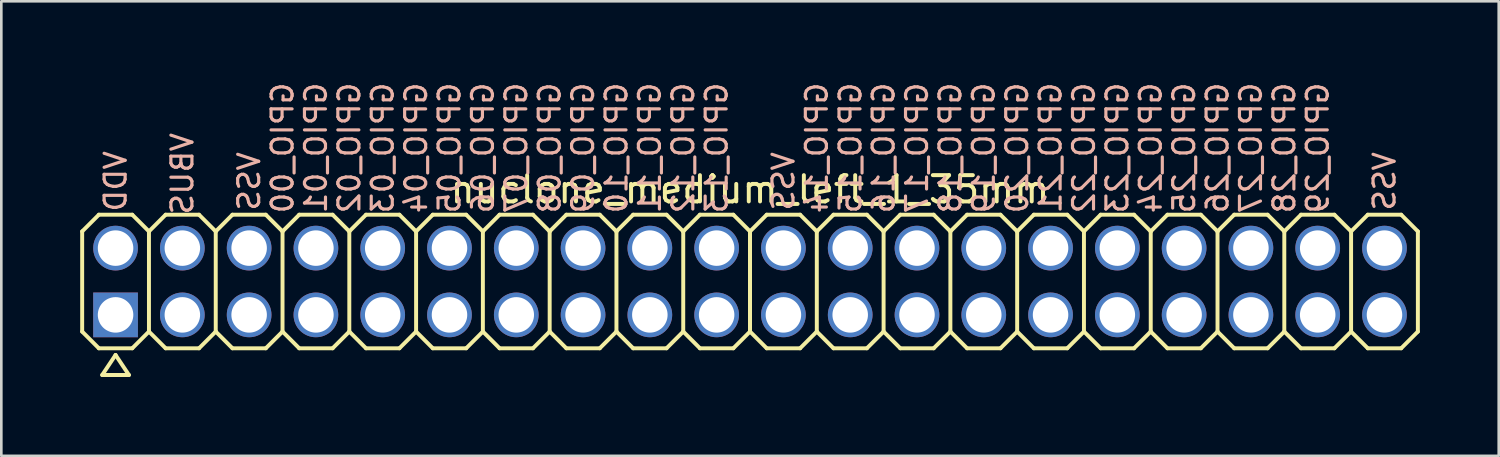
<source format=kicad_pcb>
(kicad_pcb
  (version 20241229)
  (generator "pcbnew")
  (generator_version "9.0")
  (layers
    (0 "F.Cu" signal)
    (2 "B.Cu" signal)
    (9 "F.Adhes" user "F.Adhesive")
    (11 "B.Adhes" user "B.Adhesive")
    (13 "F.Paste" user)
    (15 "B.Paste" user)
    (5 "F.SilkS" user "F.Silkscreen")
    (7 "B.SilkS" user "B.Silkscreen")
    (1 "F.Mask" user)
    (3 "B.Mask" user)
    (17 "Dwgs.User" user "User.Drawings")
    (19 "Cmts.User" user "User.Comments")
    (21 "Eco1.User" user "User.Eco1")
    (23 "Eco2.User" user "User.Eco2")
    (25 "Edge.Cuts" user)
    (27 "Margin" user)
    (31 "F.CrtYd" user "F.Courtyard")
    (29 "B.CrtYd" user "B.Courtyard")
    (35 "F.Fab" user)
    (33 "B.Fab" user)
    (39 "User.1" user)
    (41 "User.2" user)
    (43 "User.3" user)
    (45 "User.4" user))
  (footprint "nuclone_medium_left_1_35mm"
    (layer "F.Cu")
    (at 25.475 7.656)
    (property "Reference" "nuclone_medium_left_1_35mm" (at 0 -3.5 0) (layer "F.SilkS") (effects (font (size 1 1) (thickness 0.15))))
    (attr exclude_from_pos_files exclude_from_bom)
    (fp_line (start -25.4 -1.905) (end -24.765 -2.54) (stroke (width 0.15) (type solid)) (layer "F.SilkS"))
    (fp_line (start -25.4 1.905) (end -25.4 -1.905) (stroke (width 0.15) (type solid)) (layer "F.SilkS"))
    (fp_line (start -25.4 1.905) (end -24.765 2.54) (stroke (width 0.15) (type solid)) (layer "F.SilkS"))
    (fp_line (start -24.765 -2.54) (end -23.495 -2.54) (stroke (width 0.15) (type solid)) (layer "F.SilkS"))
    (fp_line (start -24.765 2.54) (end -23.495 2.54) (stroke (width 0.15) (type solid)) (layer "F.SilkS"))
    (fp_line (start -24.638 3.556) (end -23.622 3.556) (stroke (width 0.15) (type solid)) (layer "F.SilkS"))
    (fp_line (start -24.13 2.794) (end -24.638 3.556) (stroke (width 0.15) (type solid)) (layer "F.SilkS"))
    (fp_line (start -23.622 3.556) (end -24.13 2.794) (stroke (width 0.15) (type solid)) (layer "F.SilkS"))
    (fp_line (start -23.495 -2.54) (end -22.86 -1.905) (stroke (width 0.15) (type solid)) (layer "F.SilkS"))
    (fp_line (start -23.495 2.54) (end -22.86 1.905) (stroke (width 0.15) (type solid)) (layer "F.SilkS"))
    (fp_line (start -22.86 -1.905) (end -22.86 1.905) (stroke (width 0.15) (type solid)) (layer "F.SilkS"))
    (fp_line (start -22.86 -1.905) (end -22.225 -2.54) (stroke (width 0.15) (type solid)) (layer "F.SilkS"))
    (fp_line (start -22.86 1.905) (end -22.225 2.54) (stroke (width 0.15) (type solid)) (layer "F.SilkS"))
    (fp_line (start -22.225 -2.54) (end -20.955 -2.54) (stroke (width 0.15) (type solid)) (layer "F.SilkS"))
    (fp_line (start -22.225 2.54) (end -20.955 2.54) (stroke (width 0.15) (type solid)) (layer "F.SilkS"))
    (fp_line (start -20.955 -2.54) (end -20.32 -1.905) (stroke (width 0.15) (type solid)) (layer "F.SilkS"))
    (fp_line (start -20.955 2.54) (end -20.32 1.905) (stroke (width 0.15) (type solid)) (layer "F.SilkS"))
    (fp_line (start -20.32 -1.905) (end -20.32 1.905) (stroke (width 0.15) (type solid)) (layer "F.SilkS"))
    (fp_line (start -20.32 -1.905) (end -19.685 -2.54) (stroke (width 0.15) (type solid)) (layer "F.SilkS"))
    (fp_line (start -20.32 1.905) (end -19.685 2.54) (stroke (width 0.15) (type solid)) (layer "F.SilkS"))
    (fp_line (start -19.685 -2.54) (end -18.415 -2.54) (stroke (width 0.15) (type solid)) (layer "F.SilkS"))
    (fp_line (start -19.685 2.54) (end -18.415 2.54) (stroke (width 0.15) (type solid)) (layer "F.SilkS"))
    (fp_line (start -18.415 -2.54) (end -17.78 -1.905) (stroke (width 0.15) (type solid)) (layer "F.SilkS"))
    (fp_line (start -18.415 2.54) (end -17.78 1.905) (stroke (width 0.15) (type solid)) (layer "F.SilkS"))
    (fp_line (start -17.78 -1.905) (end -17.78 1.905) (stroke (width 0.15) (type solid)) (layer "F.SilkS"))
    (fp_line (start -17.78 -1.905) (end -17.145 -2.54) (stroke (width 0.15) (type solid)) (layer "F.SilkS"))
    (fp_line (start -17.78 1.905) (end -17.145 2.54) (stroke (width 0.15) (type solid)) (layer "F.SilkS"))
    (fp_line (start -17.145 -2.54) (end -15.875 -2.54) (stroke (width 0.15) (type solid)) (layer "F.SilkS"))
    (fp_line (start -17.145 2.54) (end -15.875 2.54) (stroke (width 0.15) (type solid)) (layer "F.SilkS"))
    (fp_line (start -15.875 -2.54) (end -15.24 -1.905) (stroke (width 0.15) (type solid)) (layer "F.SilkS"))
    (fp_line (start -15.875 2.54) (end -15.24 1.905) (stroke (width 0.15) (type solid)) (layer "F.SilkS"))
    (fp_line (start -15.24 -1.905) (end -15.24 1.905) (stroke (width 0.15) (type solid)) (layer "F.SilkS"))
    (fp_line (start -15.24 -1.905) (end -14.605 -2.54) (stroke (width 0.15) (type solid)) (layer "F.SilkS"))
    (fp_line (start -15.24 1.905) (end -14.605 2.54) (stroke (width 0.15) (type solid)) (layer "F.SilkS"))
    (fp_line (start -14.605 -2.54) (end -13.335 -2.54) (stroke (width 0.15) (type solid)) (layer "F.SilkS"))
    (fp_line (start -14.605 2.54) (end -13.335 2.54) (stroke (width 0.15) (type solid)) (layer "F.SilkS"))
    (fp_line (start -13.335 -2.54) (end -12.7 -1.905) (stroke (width 0.15) (type solid)) (layer "F.SilkS"))
    (fp_line (start -13.335 2.54) (end -12.7 1.905) (stroke (width 0.15) (type solid)) (layer "F.SilkS"))
    (fp_line (start -12.7 -1.905) (end -12.7 1.905) (stroke (width 0.15) (type solid)) (layer "F.SilkS"))
    (fp_line (start -12.7 -1.905) (end -12.065 -2.54) (stroke (width 0.15) (type solid)) (layer "F.SilkS"))
    (fp_line (start -12.7 1.905) (end -12.065 2.54) (stroke (width 0.15) (type solid)) (layer "F.SilkS"))
    (fp_line (start -12.065 -2.54) (end -10.795 -2.54) (stroke (width 0.15) (type solid)) (layer "F.SilkS"))
    (fp_line (start -12.065 2.54) (end -10.795 2.54) (stroke (width 0.15) (type solid)) (layer "F.SilkS"))
    (fp_line (start -10.795 -2.54) (end -10.16 -1.905) (stroke (width 0.15) (type solid)) (layer "F.SilkS"))
    (fp_line (start -10.795 2.54) (end -10.16 1.905) (stroke (width 0.15) (type solid)) (layer "F.SilkS"))
    (fp_line (start -10.16 -1.905) (end -10.16 1.905) (stroke (width 0.15) (type solid)) (layer "F.SilkS"))
    (fp_line (start -10.16 -1.905) (end -9.525 -2.54) (stroke (width 0.15) (type solid)) (layer "F.SilkS"))
    (fp_line (start -10.16 1.905) (end -9.525 2.54) (stroke (width 0.15) (type solid)) (layer "F.SilkS"))
    (fp_line (start -9.525 -2.54) (end -8.255 -2.54) (stroke (width 0.15) (type solid)) (layer "F.SilkS"))
    (fp_line (start -9.525 2.54) (end -8.255 2.54) (stroke (width 0.15) (type solid)) (layer "F.SilkS"))
    (fp_line (start -8.255 -2.54) (end -7.62 -1.905) (stroke (width 0.15) (type solid)) (layer "F.SilkS"))
    (fp_line (start -7.62 -1.905) (end -7.62 1.905) (stroke (width 0.15) (type solid)) (layer "F.SilkS"))
    (fp_line (start -7.62 -1.905) (end -6.985 -2.54) (stroke (width 0.15) (type solid)) (layer "F.SilkS"))
    (fp_line (start -7.62 1.905) (end -8.255 2.54) (stroke (width 0.15) (type solid)) (layer "F.SilkS"))
    (fp_line (start -7.62 1.905) (end -6.985 2.54) (stroke (width 0.15) (type solid)) (layer "F.SilkS"))
    (fp_line (start -6.985 -2.54) (end -5.715 -2.54) (stroke (width 0.15) (type solid)) (layer "F.SilkS"))
    (fp_line (start -6.985 2.54) (end -5.715 2.54) (stroke (width 0.15) (type solid)) (layer "F.SilkS"))
    (fp_line (start -5.715 -2.54) (end -5.08 -1.905) (stroke (width 0.15) (type solid)) (layer "F.SilkS"))
    (fp_line (start -5.08 -1.905) (end -5.08 1.905) (stroke (width 0.15) (type solid)) (layer "F.SilkS"))
    (fp_line (start -5.08 -1.905) (end -4.445 -2.54) (stroke (width 0.15) (type solid)) (layer "F.SilkS"))
    (fp_line (start -5.08 1.905) (end -5.715 2.54) (stroke (width 0.15) (type solid)) (layer "F.SilkS"))
    (fp_line (start -5.08 1.905) (end -4.445 2.54) (stroke (width 0.15) (type solid)) (layer "F.SilkS"))
    (fp_line (start -4.445 -2.54) (end -3.175 -2.54) (stroke (width 0.15) (type solid)) (layer "F.SilkS"))
    (fp_line (start -4.445 2.54) (end -3.175 2.54) (stroke (width 0.15) (type solid)) (layer "F.SilkS"))
    (fp_line (start -3.175 -2.54) (end -2.54 -1.905) (stroke (width 0.15) (type solid)) (layer "F.SilkS"))
    (fp_line (start -2.54 -1.905) (end -2.54 1.905) (stroke (width 0.15) (type solid)) (layer "F.SilkS"))
    (fp_line (start -2.54 -1.905) (end -1.905 -2.54) (stroke (width 0.15) (type solid)) (layer "F.SilkS"))
    (fp_line (start -2.54 1.905) (end -3.175 2.54) (stroke (width 0.15) (type solid)) (layer "F.SilkS"))
    (fp_line (start -2.54 1.905) (end -1.905 2.54) (stroke (width 0.15) (type solid)) (layer "F.SilkS"))
    (fp_line (start -1.905 -2.54) (end -0.635 -2.54) (stroke (width 0.15) (type solid)) (layer "F.SilkS"))
    (fp_line (start -1.905 2.54) (end -0.635 2.54) (stroke (width 0.15) (type solid)) (layer "F.SilkS"))
    (fp_line (start -0.635 -2.54) (end 0 -1.905) (stroke (width 0.15) (type solid)) (layer "F.SilkS"))
    (fp_line (start 0 -1.905) (end 0 1.905) (stroke (width 0.15) (type solid)) (layer "F.SilkS"))
    (fp_line (start 0 -1.905) (end 0.635 -2.54) (stroke (width 0.15) (type solid)) (layer "F.SilkS"))
    (fp_line (start 0 1.905) (end -0.635 2.54) (stroke (width 0.15) (type solid)) (layer "F.SilkS"))
    (fp_line (start 0 1.905) (end 0 -1.905) (stroke (width 0.15) (type solid)) (layer "F.SilkS"))
    (fp_line (start 0 1.905) (end 0.635 2.54) (stroke (width 0.15) (type solid)) (layer "F.SilkS"))
    (fp_line (start 0.635 -2.54) (end 1.905 -2.54) (stroke (width 0.15) (type solid)) (layer "F.SilkS"))
    (fp_line (start 0.635 2.54) (end 1.905 2.54) (stroke (width 0.15) (type solid)) (layer "F.SilkS"))
    (fp_line (start 1.905 -2.54) (end 2.54 -1.905) (stroke (width 0.15) (type solid)) (layer "F.SilkS"))
    (fp_line (start 1.905 2.54) (end 2.54 1.905) (stroke (width 0.15) (type solid)) (layer "F.SilkS"))
    (fp_line (start 2.54 -1.905) (end 2.54 1.905) (stroke (width 0.15) (type solid)) (layer "F.SilkS"))
    (fp_line (start 2.54 -1.905) (end 3.175 -2.54) (stroke (width 0.15) (type solid)) (layer "F.SilkS"))
    (fp_line (start 2.54 1.905) (end 3.175 2.54) (stroke (width 0.15) (type solid)) (layer "F.SilkS"))
    (fp_line (start 3.175 -2.54) (end 4.445 -2.54) (stroke (width 0.15) (type solid)) (layer "F.SilkS"))
    (fp_line (start 3.175 2.54) (end 4.445 2.54) (stroke (width 0.15) (type solid)) (layer "F.SilkS"))
    (fp_line (start 4.445 -2.54) (end 5.08 -1.905) (stroke (width 0.15) (type solid)) (layer "F.SilkS"))
    (fp_line (start 4.445 2.54) (end 5.08 1.905) (stroke (width 0.15) (type solid)) (layer "F.SilkS"))
    (fp_line (start 5.08 -1.905) (end 5.08 1.905) (stroke (width 0.15) (type solid)) (layer "F.SilkS"))
    (fp_line (start 5.08 -1.905) (end 5.715 -2.54) (stroke (width 0.15) (type solid)) (layer "F.SilkS"))
    (fp_line (start 5.08 1.905) (end 5.715 2.54) (stroke (width 0.15) (type solid)) (layer "F.SilkS"))
    (fp_line (start 5.715 -2.54) (end 6.985 -2.54) (stroke (width 0.15) (type solid)) (layer "F.SilkS"))
    (fp_line (start 5.715 2.54) (end 6.985 2.54) (stroke (width 0.15) (type solid)) (layer "F.SilkS"))
    (fp_line (start 6.985 -2.54) (end 7.62 -1.905) (stroke (width 0.15) (type solid)) (layer "F.SilkS"))
    (fp_line (start 6.985 2.54) (end 7.62 1.905) (stroke (width 0.15) (type solid)) (layer "F.SilkS"))
    (fp_line (start 7.62 -1.905) (end 7.62 1.905) (stroke (width 0.15) (type solid)) (layer "F.SilkS"))
    (fp_line (start 7.62 -1.905) (end 8.255 -2.54) (stroke (width 0.15) (type solid)) (layer "F.SilkS"))
    (fp_line (start 7.62 1.905) (end 8.255 2.54) (stroke (width 0.15) (type solid)) (layer "F.SilkS"))
    (fp_line (start 8.255 -2.54) (end 9.525 -2.54) (stroke (width 0.15) (type solid)) (layer "F.SilkS"))
    (fp_line (start 8.255 2.54) (end 9.525 2.54) (stroke (width 0.15) (type solid)) (layer "F.SilkS"))
    (fp_line (start 9.525 -2.54) (end 10.16 -1.905) (stroke (width 0.15) (type solid)) (layer "F.SilkS"))
    (fp_line (start 9.525 2.54) (end 10.16 1.905) (stroke (width 0.15) (type solid)) (layer "F.SilkS"))
    (fp_line (start 10.16 -1.905) (end 10.16 1.905) (stroke (width 0.15) (type solid)) (layer "F.SilkS"))
    (fp_line (start 10.16 -1.905) (end 10.795 -2.54) (stroke (width 0.15) (type solid)) (layer "F.SilkS"))
    (fp_line (start 10.16 1.905) (end 10.795 2.54) (stroke (width 0.15) (type solid)) (layer "F.SilkS"))
    (fp_line (start 10.795 -2.54) (end 12.065 -2.54) (stroke (width 0.15) (type solid)) (layer "F.SilkS"))
    (fp_line (start 10.795 2.54) (end 12.065 2.54) (stroke (width 0.15) (type solid)) (layer "F.SilkS"))
    (fp_line (start 12.065 -2.54) (end 12.7 -1.905) (stroke (width 0.15) (type solid)) (layer "F.SilkS"))
    (fp_line (start 12.065 2.54) (end 12.7 1.905) (stroke (width 0.15) (type solid)) (layer "F.SilkS"))
    (fp_line (start 12.7 -1.905) (end 12.7 1.905) (stroke (width 0.15) (type solid)) (layer "F.SilkS"))
    (fp_line (start 12.7 -1.905) (end 13.335 -2.54) (stroke (width 0.15) (type solid)) (layer "F.SilkS"))
    (fp_line (start 12.7 1.905) (end 13.335 2.54) (stroke (width 0.15) (type solid)) (layer "F.SilkS"))
    (fp_line (start 13.335 -2.54) (end 14.605 -2.54) (stroke (width 0.15) (type solid)) (layer "F.SilkS"))
    (fp_line (start 13.335 2.54) (end 14.605 2.54) (stroke (width 0.15) (type solid)) (layer "F.SilkS"))
    (fp_line (start 14.605 -2.54) (end 15.24 -1.905) (stroke (width 0.15) (type solid)) (layer "F.SilkS"))
    (fp_line (start 14.605 2.54) (end 15.24 1.905) (stroke (width 0.15) (type solid)) (layer "F.SilkS"))
    (fp_line (start 15.24 -1.905) (end 15.24 1.905) (stroke (width 0.15) (type solid)) (layer "F.SilkS"))
    (fp_line (start 15.24 -1.905) (end 15.875 -2.54) (stroke (width 0.15) (type solid)) (layer "F.SilkS"))
    (fp_line (start 15.24 1.905) (end 15.875 2.54) (stroke (width 0.15) (type solid)) (layer "F.SilkS"))
    (fp_line (start 15.875 -2.54) (end 17.145 -2.54) (stroke (width 0.15) (type solid)) (layer "F.SilkS"))
    (fp_line (start 15.875 2.54) (end 17.145 2.54) (stroke (width 0.15) (type solid)) (layer "F.SilkS"))
    (fp_line (start 17.145 -2.54) (end 17.78 -1.905) (stroke (width 0.15) (type solid)) (layer "F.SilkS"))
    (fp_line (start 17.78 -1.905) (end 17.78 1.905) (stroke (width 0.15) (type solid)) (layer "F.SilkS"))
    (fp_line (start 17.78 -1.905) (end 18.415 -2.54) (stroke (width 0.15) (type solid)) (layer "F.SilkS"))
    (fp_line (start 17.78 1.905) (end 17.145 2.54) (stroke (width 0.15) (type solid)) (layer "F.SilkS"))
    (fp_line (start 17.78 1.905) (end 18.415 2.54) (stroke (width 0.15) (type solid)) (layer "F.SilkS"))
    (fp_line (start 18.415 -2.54) (end 19.685 -2.54) (stroke (width 0.15) (type solid)) (layer "F.SilkS"))
    (fp_line (start 18.415 2.54) (end 19.685 2.54) (stroke (width 0.15) (type solid)) (layer "F.SilkS"))
    (fp_line (start 19.685 -2.54) (end 20.32 -1.905) (stroke (width 0.15) (type solid)) (layer "F.SilkS"))
    (fp_line (start 20.32 -1.905) (end 20.32 1.905) (stroke (width 0.15) (type solid)) (layer "F.SilkS"))
    (fp_line (start 20.32 -1.905) (end 20.955 -2.54) (stroke (width 0.15) (type solid)) (layer "F.SilkS"))
    (fp_line (start 20.32 1.905) (end 19.685 2.54) (stroke (width 0.15) (type solid)) (layer "F.SilkS"))
    (fp_line (start 20.32 1.905) (end 20.955 2.54) (stroke (width 0.15) (type solid)) (layer "F.SilkS"))
    (fp_line (start 20.955 -2.54) (end 22.225 -2.54) (stroke (width 0.15) (type solid)) (layer "F.SilkS"))
    (fp_line (start 20.955 2.54) (end 22.225 2.54) (stroke (width 0.15) (type solid)) (layer "F.SilkS"))
    (fp_line (start 22.225 -2.54) (end 22.86 -1.905) (stroke (width 0.15) (type solid)) (layer "F.SilkS"))
    (fp_line (start 22.86 -1.905) (end 22.86 1.905) (stroke (width 0.15) (type solid)) (layer "F.SilkS"))
    (fp_line (start 22.86 -1.905) (end 23.495 -2.54) (stroke (width 0.15) (type solid)) (layer "F.SilkS"))
    (fp_line (start 22.86 1.905) (end 22.225 2.54) (stroke (width 0.15) (type solid)) (layer "F.SilkS"))
    (fp_line (start 22.86 1.905) (end 23.495 2.54) (stroke (width 0.15) (type solid)) (layer "F.SilkS"))
    (fp_line (start 23.495 -2.54) (end 24.765 -2.54) (stroke (width 0.15) (type solid)) (layer "F.SilkS"))
    (fp_line (start 23.495 2.54) (end 24.765 2.54) (stroke (width 0.15) (type solid)) (layer "F.SilkS"))
    (fp_line (start 24.765 -2.54) (end 25.4 -1.905) (stroke (width 0.15) (type solid)) (layer "F.SilkS"))
    (fp_line (start 25.4 -1.905) (end 25.4 1.905) (stroke (width 0.15) (type solid)) (layer "F.SilkS"))
    (fp_line (start 25.4 1.905) (end 24.765 2.54) (stroke (width 0.15) (type solid)) (layer "F.SilkS"))
    (fp_text user "GPIO_12" (at -2.54 -5.08 90) (layer "B.SilkS") (effects (font (size 0.8 0.8) (thickness 0.12)) (justify mirror)))
    (fp_text user "GPIO_19" (at 8.89 -5.08 90) (layer "B.SilkS") (effects (font (size 0.8 0.8) (thickness 0.12)) (justify mirror)))
    (fp_text user "GPIO_13" (at -1.27 -5.08 90) (layer "B.SilkS") (effects (font (size 0.8 0.8) (thickness 0.12)) (justify mirror)))
    (fp_text user "GPIO_28" (at 20.32 -5.08 90) (layer "B.SilkS") (effects (font (size 0.8 0.8) (thickness 0.12)) (justify mirror)))
    (fp_text user "GPIO_02" (at -15.24 -5.08 90) (layer "B.SilkS") (effects (font (size 0.8 0.8) (thickness 0.12)) (justify mirror)))
    (fp_text user "GPIO_25" (at 16.51 -5.08 90) (layer "B.SilkS") (effects (font (size 0.8 0.8) (thickness 0.12)) (justify mirror)))
    (fp_text user "VSS" (at 1.27 -3.81 90) (layer "B.SilkS") (effects (font (size 0.8 0.8) (thickness 0.12)) (justify mirror)))
    (fp_text user "GPIO_18" (at 7.62 -5.08 90) (layer "B.SilkS") (effects (font (size 0.8 0.8) (thickness 0.12)) (justify mirror)))
    (fp_text user "GPIO_01" (at -16.51 -5.08 90) (layer "B.SilkS") (effects (font (size 0.8 0.8) (thickness 0.12)) (justify mirror)))
    (fp_text user "VSS" (at 24.13 -3.81 90) (layer "B.SilkS") (effects (font (size 0.8 0.8) (thickness 0.12)) (justify mirror)))
    (fp_text user "GPIO_22" (at 12.7 -5.08 90) (layer "B.SilkS") (effects (font (size 0.8 0.8) (thickness 0.12)) (justify mirror)))
    (fp_text user "GPIO_16" (at 5.08 -5.08 90) (layer "B.SilkS") (effects (font (size 0.8 0.8) (thickness 0.12)) (justify mirror)))
    (fp_text user "GPIO_06" (at -10.16 -5.08 90) (layer "B.SilkS") (effects (font (size 0.8 0.8) (thickness 0.12)) (justify mirror)))
    (fp_text user "GPIO_10" (at -5.08 -5.08 90) (layer "B.SilkS") (effects (font (size 0.8 0.8) (thickness 0.12)) (justify mirror)))
    (fp_text user "GPIO_08" (at -7.62 -5.08 90) (layer "B.SilkS") (effects (font (size 0.8 0.8) (thickness 0.12)) (justify mirror)))
    (fp_text user "VSS" (at -19.05 -3.81 90) (layer "B.SilkS") (effects (font (size 0.8 0.8) (thickness 0.12)) (justify mirror)))
    (fp_text user "GPIO_11" (at -3.81 -5.08 90) (layer "B.SilkS") (effects (font (size 0.8 0.8) (thickness 0.12)) (justify mirror)))
    (fp_text user "GPIO_03" (at -13.97 -5.08 90) (layer "B.SilkS") (effects (font (size 0.8 0.8) (thickness 0.12)) (justify mirror)))
    (fp_text user "GPIO_04" (at -12.7 -5.08 90) (layer "B.SilkS") (effects (font (size 0.8 0.8) (thickness 0.12)) (justify mirror)))
    (fp_text user "GPIO_21" (at 11.43 -5.08 90) (layer "B.SilkS") (effects (font (size 0.8 0.8) (thickness 0.12)) (justify mirror)))
    (fp_text user "GPIO_05" (at -11.43 -5.08 90) (layer "B.SilkS") (effects (font (size 0.8 0.8) (thickness 0.12)) (justify mirror)))
    (fp_text user "GPIO_20" (at 10.16 -5.08 90) (layer "B.SilkS") (effects (font (size 0.8 0.8) (thickness 0.12)) (justify mirror)))
    (fp_text user "GPIO_14" (at 2.54 -5.08 90) (layer "B.SilkS") (effects (font (size 0.8 0.8) (thickness 0.12)) (justify mirror)))
    (fp_text user "GPIO_24" (at 15.24 -5.08 90) (layer "B.SilkS") (effects (font (size 0.8 0.8) (thickness 0.12)) (justify mirror)))
    (fp_text user "VDD" (at -24.13 -3.81 90) (layer "B.SilkS") (effects (font (size 0.8 0.8) (thickness 0.12)) (justify mirror)))
    (fp_text user "GPIO_07" (at -8.89 -5.08 90) (layer "B.SilkS") (effects (font (size 0.8 0.8) (thickness 0.12)) (justify mirror)))
    (fp_text user "GPIO_15" (at 3.82 -5.08 90) (layer "B.SilkS") (effects (font (size 0.8 0.8) (thickness 0.12)) (justify mirror)))
    (fp_text user "VBUS" (at -21.59 -4.1 90) (layer "B.SilkS") (effects (font (size 0.8 0.8) (thickness 0.12)) (justify mirror)))
    (fp_text user "GPIO_23" (at 13.97 -5.08 90) (layer "B.SilkS") (effects (font (size 0.8 0.8) (thickness 0.12)) (justify mirror)))
    (fp_text user "GPIO_27" (at 19.05 -5.08 90) (layer "B.SilkS") (effects (font (size 0.8 0.8) (thickness 0.12)) (justify mirror)))
    (fp_text user "GPIO_00" (at -17.78 -5.08 90) (layer "B.SilkS") (effects (font (size 0.8 0.8) (thickness 0.12)) (justify mirror)))
    (fp_text user "GPIO_29" (at 21.59 -5.08 90) (layer "B.SilkS") (effects (font (size 0.8 0.8) (thickness 0.12)) (justify mirror)))
    (fp_text user "GPIO_26" (at 17.78 -5.08 90) (layer "B.SilkS") (effects (font (size 0.8 0.8) (thickness 0.12)) (justify mirror)))
    (fp_text user "GPIO_09" (at -6.35 -5.08 90) (layer "B.SilkS") (effects (font (size 0.8 0.8) (thickness 0.12)) (justify mirror)))
    (fp_text user "GPIO_17" (at 6.35 -5.08 90) (layer "B.SilkS") (effects (font (size 0.8 0.8) (thickness 0.12)) (justify mirror)))
    (pad "1" thru_hole rect (at -24.13 1.27) (size 1.7 1.7) (drill 1.35) (layers "*.Cu" "*.Mask"))
    (pad "2" thru_hole circle (at -24.13 -1.27) (size 1.7 1.7) (drill 1.35) (layers "*.Cu" "*.Mask"))
    (pad "3" thru_hole circle (at -21.59 1.27) (size 1.7 1.7) (drill 1.35) (layers "*.Cu" "*.Mask"))
    (pad "4" thru_hole circle (at -21.59 -1.27) (size 1.7 1.7) (drill 1.35) (layers "*.Cu" "*.Mask"))
    (pad "5" thru_hole circle (at -19.05 1.27) (size 1.7 1.7) (drill 1.35) (layers "*.Cu" "*.Mask"))
    (pad "6" thru_hole circle (at -19.05 -1.27) (size 1.7 1.7) (drill 1.35) (layers "*.Cu" "*.Mask"))
    (pad "7" thru_hole circle (at -16.51 1.27) (size 1.7 1.7) (drill 1.35) (layers "*.Cu" "*.Mask"))
    (pad "8" thru_hole circle (at -16.51 -1.27) (size 1.7 1.7) (drill 1.35) (layers "*.Cu" "*.Mask"))
    (pad "9" thru_hole circle (at -13.97 1.27) (size 1.7 1.7) (drill 1.35) (layers "*.Cu" "*.Mask"))
    (pad "10" thru_hole circle (at -13.97 -1.27) (size 1.7 1.7) (drill 1.35) (layers "*.Cu" "*.Mask"))
    (pad "11" thru_hole circle (at -11.43 1.27) (size 1.7 1.7) (drill 1.35) (layers "*.Cu" "*.Mask"))
    (pad "12" thru_hole circle (at -11.43 -1.27) (size 1.7 1.7) (drill 1.35) (layers "*.Cu" "*.Mask"))
    (pad "13" thru_hole circle (at -8.89 1.27) (size 1.7 1.7) (drill 1.35) (layers "*.Cu" "*.Mask"))
    (pad "14" thru_hole circle (at -8.89 -1.27) (size 1.7 1.7) (drill 1.35) (layers "*.Cu" "*.Mask"))
    (pad "15" thru_hole circle (at -6.35 1.27) (size 1.7 1.7) (drill 1.35) (layers "*.Cu" "*.Mask"))
    (pad "16" thru_hole circle (at -6.35 -1.27) (size 1.7 1.7) (drill 1.35) (layers "*.Cu" "*.Mask"))
    (pad "17" thru_hole circle (at -3.81 1.27) (size 1.7 1.7) (drill 1.35) (layers "*.Cu" "*.Mask"))
    (pad "18" thru_hole circle (at -3.81 -1.27) (size 1.7 1.7) (drill 1.35) (layers "*.Cu" "*.Mask"))
    (pad "19" thru_hole circle (at -1.27 1.27) (size 1.7 1.7) (drill 1.35) (layers "*.Cu" "*.Mask"))
    (pad "20" thru_hole circle (at -1.27 -1.27) (size 1.7 1.7) (drill 1.35) (layers "*.Cu" "*.Mask"))
    (pad "21" thru_hole circle (at 1.27 1.27) (size 1.7 1.7) (drill 1.35) (layers "*.Cu" "*.Mask"))
    (pad "22" thru_hole circle (at 1.27 -1.27) (size 1.7 1.7) (drill 1.35) (layers "*.Cu" "*.Mask"))
    (pad "23" thru_hole circle (at 3.81 1.27) (size 1.7 1.7) (drill 1.35) (layers "*.Cu" "*.Mask"))
    (pad "24" thru_hole circle (at 3.81 -1.27) (size 1.7 1.7) (drill 1.35) (layers "*.Cu" "*.Mask"))
    (pad "25" thru_hole circle (at 6.35 1.27) (size 1.7 1.7) (drill 1.35) (layers "*.Cu" "*.Mask"))
    (pad "26" thru_hole circle (at 6.35 -1.27) (size 1.7 1.7) (drill 1.35) (layers "*.Cu" "*.Mask"))
    (pad "27" thru_hole circle (at 8.89 1.27) (size 1.7 1.7) (drill 1.35) (layers "*.Cu" "*.Mask"))
    (pad "28" thru_hole circle (at 8.89 -1.27) (size 1.7 1.7) (drill 1.35) (layers "*.Cu" "*.Mask"))
    (pad "29" thru_hole circle (at 11.43 1.27) (size 1.7 1.7) (drill 1.35) (layers "*.Cu" "*.Mask"))
    (pad "30" thru_hole circle (at 11.43 -1.27) (size 1.7 1.7) (drill 1.35) (layers "*.Cu" "*.Mask"))
    (pad "31" thru_hole circle (at 13.97 1.27) (size 1.7 1.7) (drill 1.35) (layers "*.Cu" "*.Mask"))
    (pad "32" thru_hole circle (at 13.97 -1.27) (size 1.7 1.7) (drill 1.35) (layers "*.Cu" "*.Mask"))
    (pad "33" thru_hole circle (at 16.51 1.27) (size 1.7 1.7) (drill 1.35) (layers "*.Cu" "*.Mask"))
    (pad "34" thru_hole circle (at 16.51 -1.27) (size 1.7 1.7) (drill 1.35) (layers "*.Cu" "*.Mask"))
    (pad "35" thru_hole circle (at 19.05 1.27) (size 1.7 1.7) (drill 1.35) (layers "*.Cu" "*.Mask"))
    (pad "36" thru_hole circle (at 19.05 -1.27) (size 1.7 1.7) (drill 1.35) (layers "*.Cu" "*.Mask"))
    (pad "37" thru_hole circle (at 21.59 1.27) (size 1.7 1.7) (drill 1.35) (layers "*.Cu" "*.Mask"))
    (pad "38" thru_hole circle (at 21.59 -1.27) (size 1.7 1.7) (drill 1.35) (layers "*.Cu" "*.Mask"))
    (pad "39" thru_hole circle (at 24.13 1.27) (size 1.7 1.7) (drill 1.35) (layers "*.Cu" "*.Mask"))
    (pad "40" thru_hole circle (at 24.13 -1.27) (size 1.7 1.7) (drill 1.35) (layers "*.Cu" "*.Mask")))
  (gr_rect
    (start -3 -3)
    (end 53.95 14.287)
    (stroke (width 0.1) (type default))
    (fill no)
    (layer "Edge.Cuts")))
</source>
